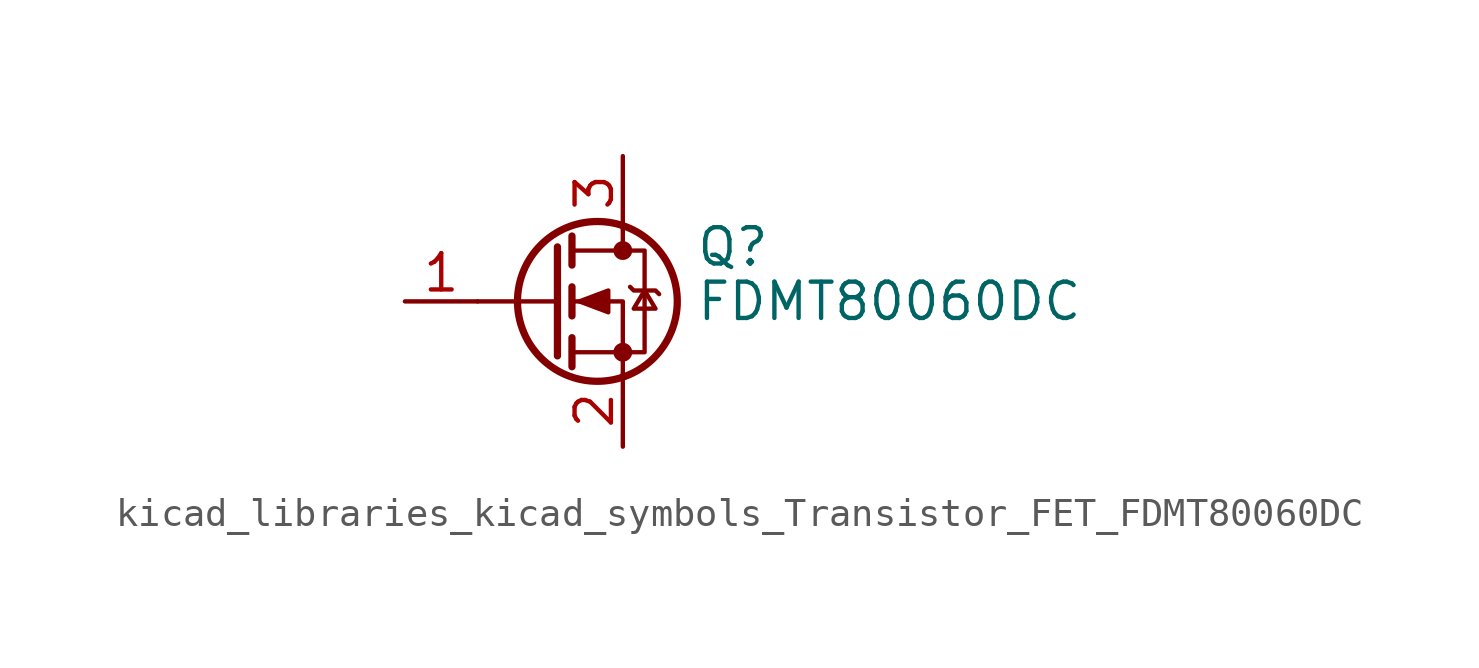
<source format=kicad_sym>
(kicad_symbol_lib
  (version 20220914)
  (generator kicad_symbol_editor)
  (symbol "kicad_libraries_kicad_symbols_Transistor_FET_FDMT80060DC"
    (pin_names hide)
    (property "Reference" "Q"
      (at 5.08 1.905 0)
      (effects (font (size 1.27 1.27)) (justify left)))
    (property "Value" "FDMT80060DC"
      (at 5.08 0 0)
      (effects (font (size 1.27 1.27)) (justify left)))
    (symbol "kicad_libraries_kicad_symbols_Transistor_FET_FDMT80060DC_0_1"
      (polyline (pts (xy 0.254 0) (xy -2.54 0)) (stroke (width 0) (type default)) (fill (type none)))
      (polyline (pts (xy 0.254 1.905) (xy 0.254 -1.905)) (stroke (width 0.254) (type default)) (fill (type none)))
      (polyline (pts (xy 0.762 -1.27) (xy 0.762 -2.286)) (stroke (width 0.254) (type default)) (fill (type none)))
      (polyline (pts (xy 0.762 0.508) (xy 0.762 -0.508)) (stroke (width 0.254) (type default)) (fill (type none)))
      (polyline (pts (xy 0.762 2.286) (xy 0.762 1.27)) (stroke (width 0.254) (type default)) (fill (type none)))
      (polyline (pts (xy 2.54 2.54) (xy 2.54 1.778)) (stroke (width 0) (type default)) (fill (type none)))
      (polyline (pts (xy 2.54 -2.54) (xy 2.54 0) (xy 0.762 0)) (stroke (width 0) (type default)) (fill (type none)))
      (polyline (pts (xy 0.762 -1.778) (xy 3.302 -1.778) (xy 3.302 1.778) (xy 0.762 1.778)) (stroke (width 0) (type default)) (fill (type none)))
      (polyline (pts (xy 1.016 0) (xy 2.032 0.381) (xy 2.032 -0.381) (xy 1.016 0)) (stroke (width 0) (type default)) (fill (type outline)))
      (polyline (pts (xy 2.794 0.508) (xy 2.921 0.381) (xy 3.683 0.381) (xy 3.81 0.254)) (stroke (width 0) (type default)) (fill (type none)))
      (polyline (pts (xy 3.302 0.381) (xy 2.921 -0.254) (xy 3.683 -0.254) (xy 3.302 0.381)) (stroke (width 0) (type default)) (fill (type none)))
      (circle (center 1.651 0) (radius 2.794) (stroke (width 0.254) (type default)) (fill (type none)))
      (circle (center 2.54 -1.778) (radius 0.254) (stroke (width 0) (type default)) (fill (type outline)))
      (circle (center 2.54 1.778) (radius 0.254) (stroke (width 0) (type default)) (fill (type outline))))
    (symbol "kicad_libraries_kicad_symbols_Transistor_FET_FDMT80060DC_1_1"
      (pin passive line (at -5.08 0 0) (length 2.54) (name "G" (effects (font (size 1.27 1.27)))) (number "1" (effects (font (size 1.27 1.27)))))
      (pin passive line (at 2.54 -5.08 90) (length 2.54) (name "S" (effects (font (size 1.27 1.27)))) (number "2" (effects (font (size 1.27 1.27)))))
      (pin passive line (at 2.54 5.08 270) (length 2.54) (name "D" (effects (font (size 1.27 1.27)))) (number "3" (effects (font (size 1.27 1.27))))))))
</source>
